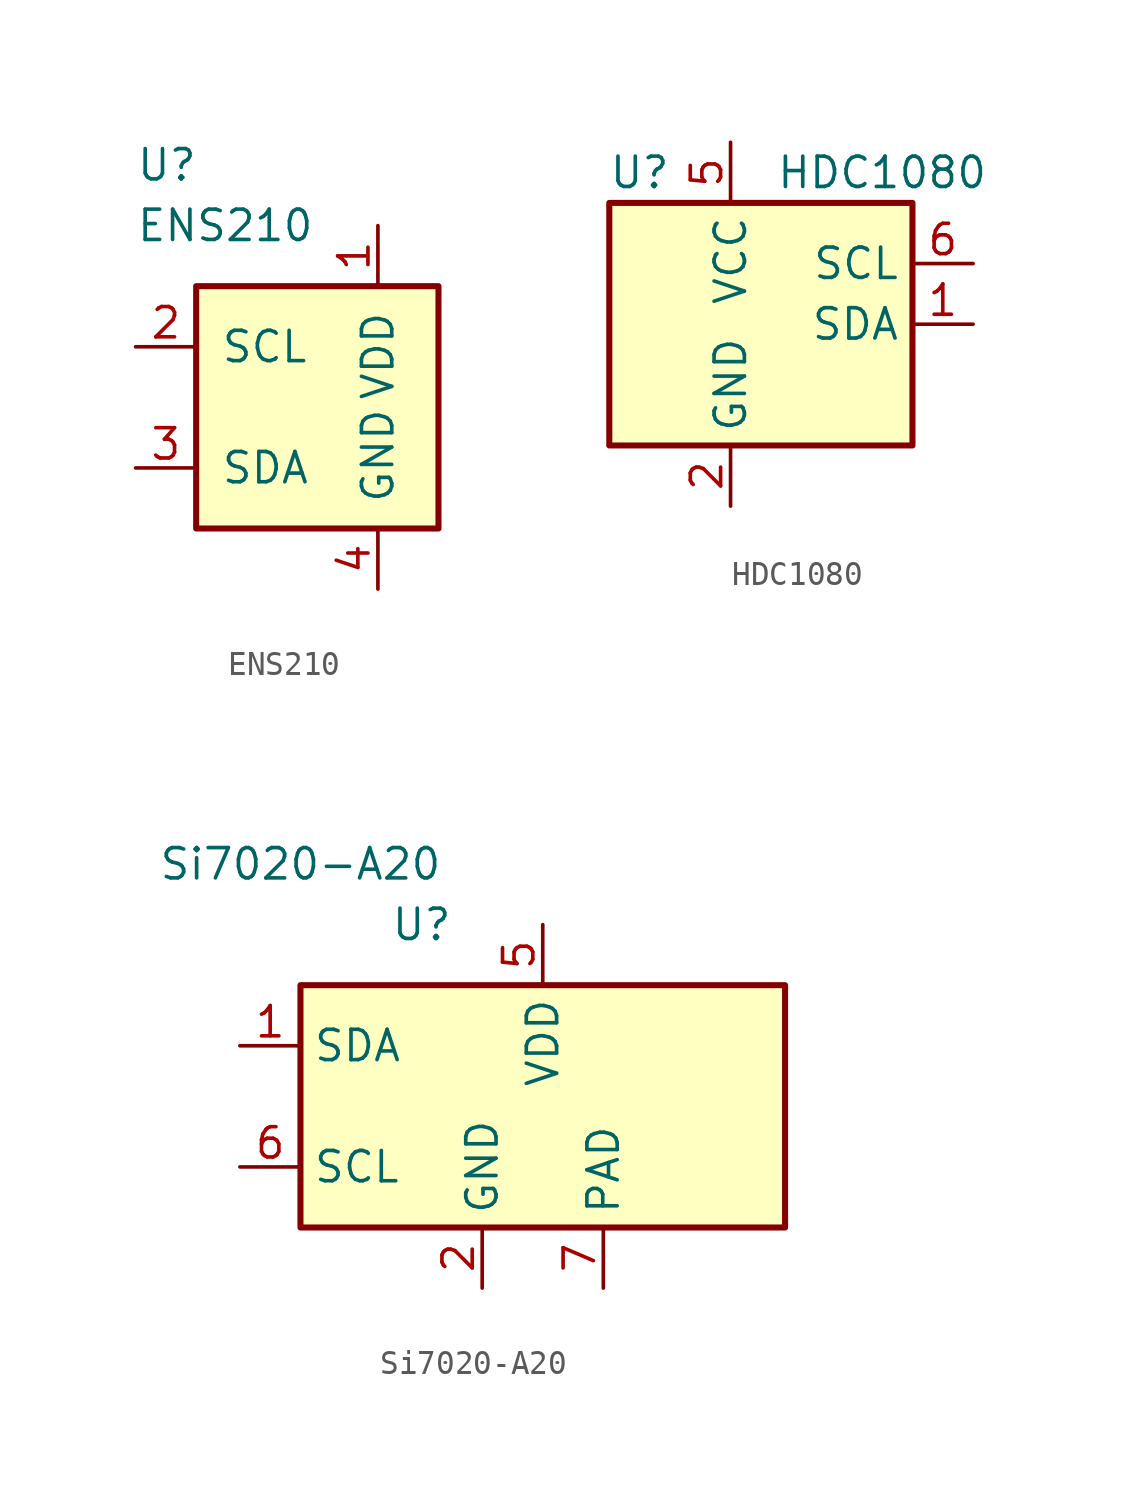
<source format=kicad_sym>
(kicad_symbol_lib
  (version 20201005)
  (generator kicad_symbol_editor)
  (symbol "ENS210"
    (pin_names
      (offset 1.016))
    (property "Reference" "U"
      (at -7.62 10.16 0)
      (effects (font (size 1.27 1.27)) (justify left)))
    (property "Value" "ENS210"
      (at -7.62 7.62 0)
      (effects (font (size 1.27 1.27)) (justify left)))
    (symbol "ENS210_0_1"
      (rectangle (start -5.08 5.08) (end 5.08 -5.08) (stroke (width 0.254)) (fill (type background))))
    (symbol "ENS210_1_1"
      (pin power_in line (at 2.54 7.62 270) (length 2.54) (name "VDD" (effects (font (size 1.27 1.27)))) (number "1" (effects (font (size 1.27 1.27)))))
      (pin input line (at -7.62 2.54 0) (length 2.54) (name "SCL" (effects (font (size 1.27 1.27)))) (number "2" (effects (font (size 1.27 1.27)))))
      (pin bidirectional line (at -7.62 -2.54 0) (length 2.54) (name "SDA" (effects (font (size 1.27 1.27)))) (number "3" (effects (font (size 1.27 1.27)))))
      (pin power_in line (at 2.54 -7.62 90) (length 2.54) (name "GND" (effects (font (size 1.27 1.27)))) (number "4" (effects (font (size 1.27 1.27)))))
      (pin passive line (at 2.54 -7.62 90) (length 2.54) hide (name "GND" (effects (font (size 1.27 1.27)))) (number "5" (effects (font (size 1.27 1.27)))))))
  (symbol "HDC1080"
    (property "Reference" "U"
      (at -6.35 6.35 0)
      (effects (font (size 1.27 1.27))))
    (property "Value" "HDC1080"
      (at 3.81 6.35 0)
      (effects (font (size 1.27 1.27))))
    (symbol "HDC1080_0_1"
      (rectangle (start -7.62 5.08) (end 5.08 -5.08) (stroke (width 0.254)) (fill (type background))))
    (symbol "HDC1080_1_1"
      (pin bidirectional line (at 7.62 0 180) (length 2.54) (name "SDA" (effects (font (size 1.27 1.27)))) (number "1" (effects (font (size 1.27 1.27)))))
      (pin power_in line (at -2.54 -7.62 90) (length 2.54) (name "GND" (effects (font (size 1.27 1.27)))) (number "2" (effects (font (size 1.27 1.27)))))
      (pin no_connect line (at -7.62 0 0) (length 2.54) hide (name "DNC" (effects (font (size 1.27 1.27)))) (number "3" (effects (font (size 1.27 1.27)))))
      (pin no_connect line (at -7.62 -2.54 0) (length 2.54) hide (name "DNC" (effects (font (size 1.27 1.27)))) (number "4" (effects (font (size 1.27 1.27)))))
      (pin power_in line (at -2.54 7.62 270) (length 2.54) (name "VCC" (effects (font (size 1.27 1.27)))) (number "5" (effects (font (size 1.27 1.27)))))
      (pin input line (at 7.62 2.54 180) (length 2.54) (name "SCL" (effects (font (size 1.27 1.27)))) (number "6" (effects (font (size 1.27 1.27)))))
      (pin passive line (at -2.54 -7.62 90) (length 2.54) hide (name "GND" (effects (font (size 1.27 1.27)))) (number "7" (effects (font (size 1.27 1.27)))))))
  (symbol "Si7020-A20"
    (property "Reference" "U"
      (at -5.08 7.62 0)
      (effects (font (size 1.27 1.27))))
    (property "Value" "Si7020-A20"
      (at -10.16 10.16 0)
      (effects (font (size 1.27 1.27))))
    (symbol "Si7020-A20_0_1"
      (rectangle (start -10.16 5.08) (end 10.16 -5.08) (stroke (width 0.254)) (fill (type background))))
    (symbol "Si7020-A20_1_1"
      (pin bidirectional line (at -12.7 2.54 0) (length 2.54) (name "SDA" (effects (font (size 1.27 1.27)))) (number "1" (effects (font (size 1.27 1.27)))))
      (pin power_in line (at -2.54 -7.62 90) (length 2.54) (name "GND" (effects (font (size 1.27 1.27)))) (number "2" (effects (font (size 1.27 1.27)))))
      (pin no_connect line (at 10.16 2.54 180) (length 2.54) hide (name "NC" (effects (font (size 1.27 1.27)))) (number "3" (effects (font (size 1.27 1.27)))))
      (pin no_connect line (at 10.16 -2.54 180) (length 2.54) hide (name "NC" (effects (font (size 1.27 1.27)))) (number "4" (effects (font (size 1.27 1.27)))))
      (pin power_in line (at 0 7.62 270) (length 2.54) (name "VDD" (effects (font (size 1.27 1.27)))) (number "5" (effects (font (size 1.27 1.27)))))
      (pin input line (at -12.7 -2.54 0) (length 2.54) (name "SCL" (effects (font (size 1.27 1.27)))) (number "6" (effects (font (size 1.27 1.27)))))
      (pin passive line (at 2.54 -7.62 90) (length 2.54) (name "PAD" (effects (font (size 1.27 1.27)))) (number "7" (effects (font (size 1.27 1.27))))))))
</source>
